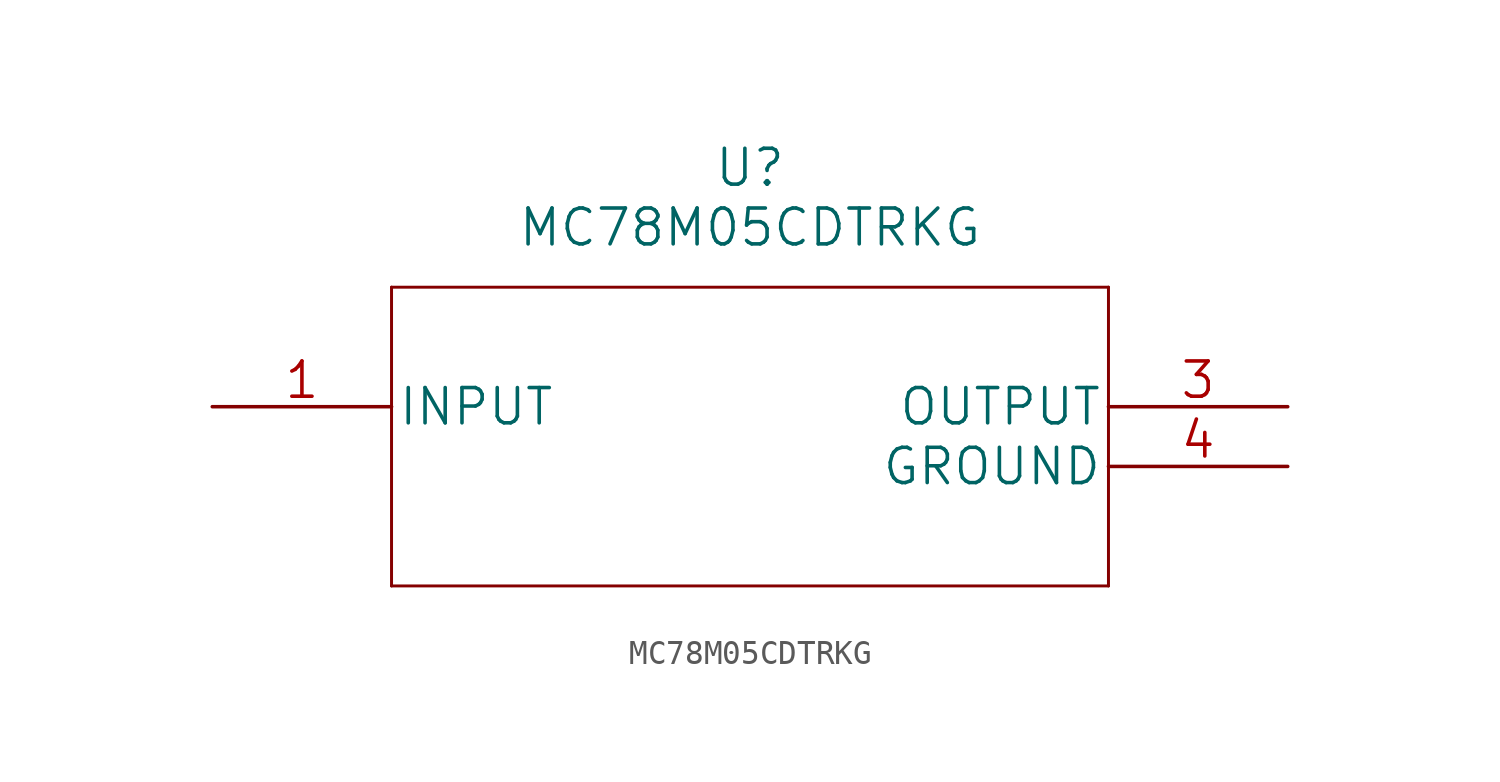
<source format=kicad_sym>
(kicad_symbol_lib
  (version 20220328)
  (generator kicad_symbol_editor)
  (symbol "MC78M05CDTRKG"
    (pin_names
      (offset 0.254))
    (property "Reference" "U"
      (at 0 11.43 0)
      (effects (font (size 1.524 1.524))))
    (property "Value" "MC78M05CDTRKG"
      (at 0 8.89 0)
      (effects (font (size 1.524 1.524))))
    (symbol "MC78M05CDTRKG_1_1"
      (polyline (pts (xy -15.24 -6.35) (xy 15.24 -6.35)) (stroke (width 0.127) (type solid)) (fill (type none)))
      (polyline (pts (xy -15.24 6.35) (xy -15.24 -6.35)) (stroke (width 0.127) (type solid)) (fill (type none)))
      (polyline (pts (xy 15.24 -6.35) (xy 15.24 6.35)) (stroke (width 0.127) (type solid)) (fill (type none)))
      (polyline (pts (xy 15.24 6.35) (xy -15.24 6.35)) (stroke (width 0.127) (type solid)) (fill (type none)))
      (pin input line (at -22.86 1.27 0) (length 7.62) (name "INPUT" (effects (font (size 1.499 1.499)))) (number "1" (effects (font (size 1.499 1.499)))))
      (pin output line (at 22.86 1.27 180) (length 7.62) (name "OUTPUT" (effects (font (size 1.499 1.499)))) (number "3" (effects (font (size 1.499 1.499)))))
      (pin power_in line (at 22.86 -1.27 180) (length 7.62) (name "GROUND" (effects (font (size 1.499 1.499)))) (number "4" (effects (font (size 1.499 1.499))))))))
</source>
